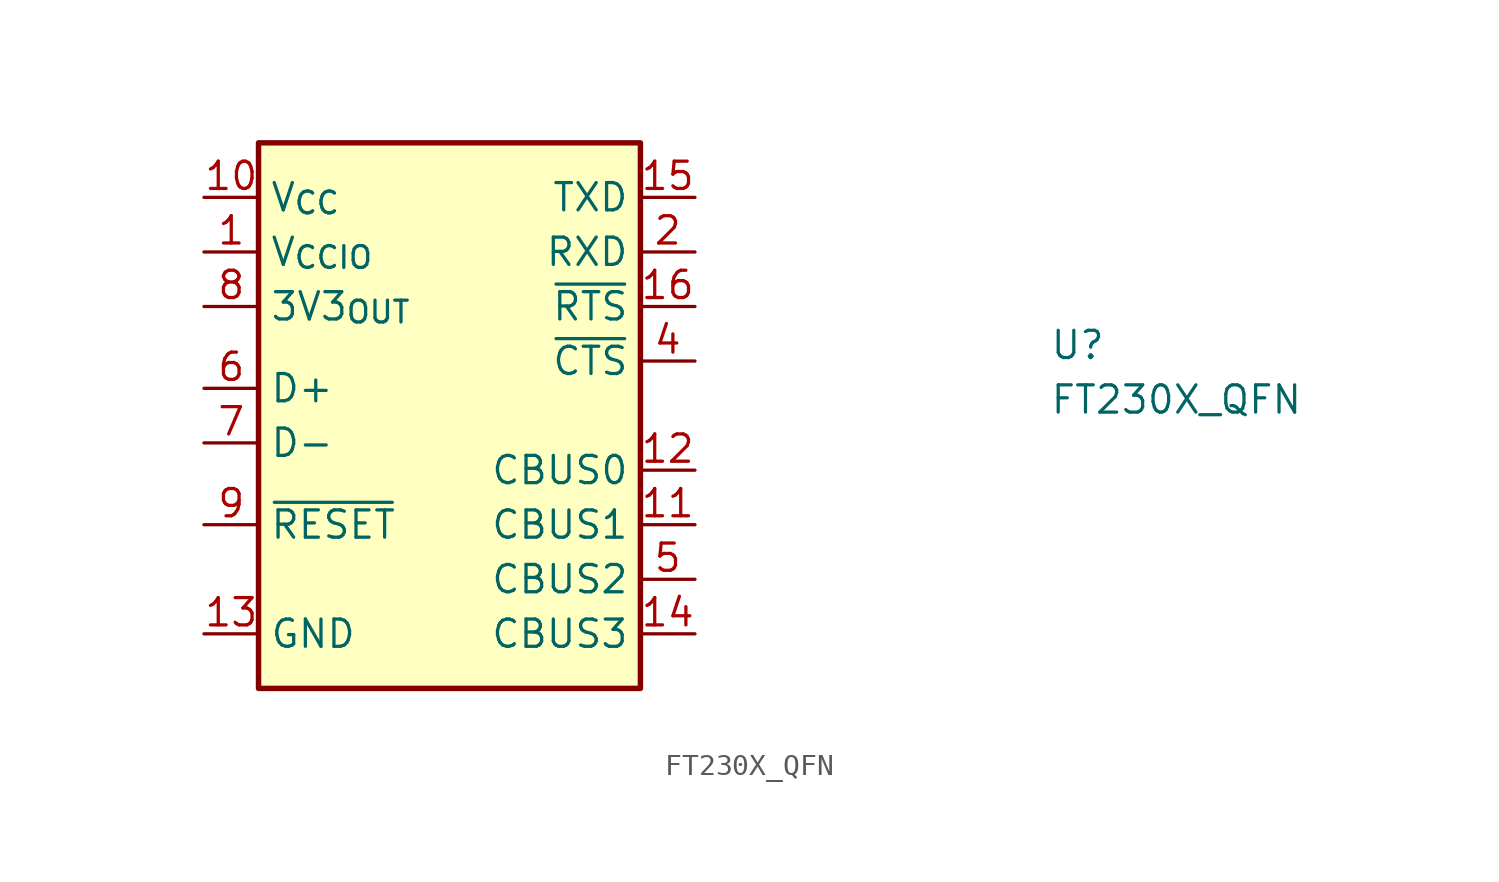
<source format=kicad_sym>
(kicad_symbol_lib
  (version 20211014)
  (generator kicad_symbol_editor)
  (symbol "FT230X_QFN"
    (property "Reference" "U"
      (at 39.37 -7.62 0)
      (effects (font (size 1.27 1.27) (thickness 0.15)) (justify left bottom)))
    (property "Value" "FT230X_QFN"
      (at 39.37 -10.16 0)
      (effects (font (size 1.27 1.27) (thickness 0.15)) (justify left bottom)))
    (symbol "FT230X_QFN_1_1"
      (rectangle (start 2.54 2.54) (end 20.32 -22.86) (stroke (width 0.254) (type default) (color 0 0 0 0)) (fill (type background)))
      (pin power_in line (at 0 -2.54 0) (length 2.54) (name "V_{CCIO}" (effects (font (size 1.27 1.27)))) (number "1" (effects (font (size 1.27 1.27)))))
      (pin power_in line (at 0 0 0) (length 2.54) (name "V_{CC}" (effects (font (size 1.27 1.27)))) (number "10" (effects (font (size 1.27 1.27)))))
      (pin bidirectional line (at 22.86 -15.24 180) (length 2.54) (name "CBUS1" (effects (font (size 1.27 1.27)))) (number "11" (effects (font (size 1.27 1.27)))))
      (pin bidirectional line (at 22.86 -12.7 180) (length 2.54) (name "CBUS0" (effects (font (size 1.27 1.27)))) (number "12" (effects (font (size 1.27 1.27)))))
      (pin power_in line (at 0 -20.32 0) (length 2.54) (name "GND" (effects (font (size 1.27 1.27)))) (number "13" (effects (font (size 1.27 1.27)))))
      (pin bidirectional line (at 22.86 -20.32 180) (length 2.54) (name "CBUS3" (effects (font (size 1.27 1.27)))) (number "14" (effects (font (size 1.27 1.27)))))
      (pin output line (at 22.86 0 180) (length 2.54) (name "TXD" (effects (font (size 1.27 1.27)))) (number "15" (effects (font (size 1.27 1.27)))))
      (pin output line (at 22.86 -5.08 180) (length 2.54) (name "~{RTS}" (effects (font (size 1.27 1.27)))) (number "16" (effects (font (size 1.27 1.27)))))
      (pin passive line (at 0 -20.32 0) (length 2.54) hide (name "GND" (effects (font (size 1.27 1.27)))) (number "17" (effects (font (size 1.27 1.27)))))
      (pin input line (at 22.86 -2.54 180) (length 2.54) (name "RXD" (effects (font (size 1.27 1.27)))) (number "2" (effects (font (size 1.27 1.27)))))
      (pin passive line (at 0 -20.32 0) (length 2.54) hide (name "GND" (effects (font (size 1.27 1.27)))) (number "3" (effects (font (size 1.27 1.27)))))
      (pin input line (at 22.86 -7.62 180) (length 2.54) (name "~{CTS}" (effects (font (size 1.27 1.27)))) (number "4" (effects (font (size 1.27 1.27)))))
      (pin bidirectional line (at 22.86 -17.78 180) (length 2.54) (name "CBUS2" (effects (font (size 1.27 1.27)))) (number "5" (effects (font (size 1.27 1.27)))))
      (pin input line (at 0 -8.89 0) (length 2.54) (name "D+" (effects (font (size 1.27 1.27)))) (number "6" (effects (font (size 1.27 1.27)))))
      (pin input line (at 0 -11.43 0) (length 2.54) (name "D-" (effects (font (size 1.27 1.27)))) (number "7" (effects (font (size 1.27 1.27)))))
      (pin passive line (at 0 -5.08 0) (length 2.54) (name "3V3_{OUT}" (effects (font (size 1.27 1.27)))) (number "8" (effects (font (size 1.27 1.27)))))
      (pin input line (at 0 -15.24 0) (length 2.54) (name "~{RESET}" (effects (font (size 1.27 1.27)))) (number "9" (effects (font (size 1.27 1.27))))))))
</source>
